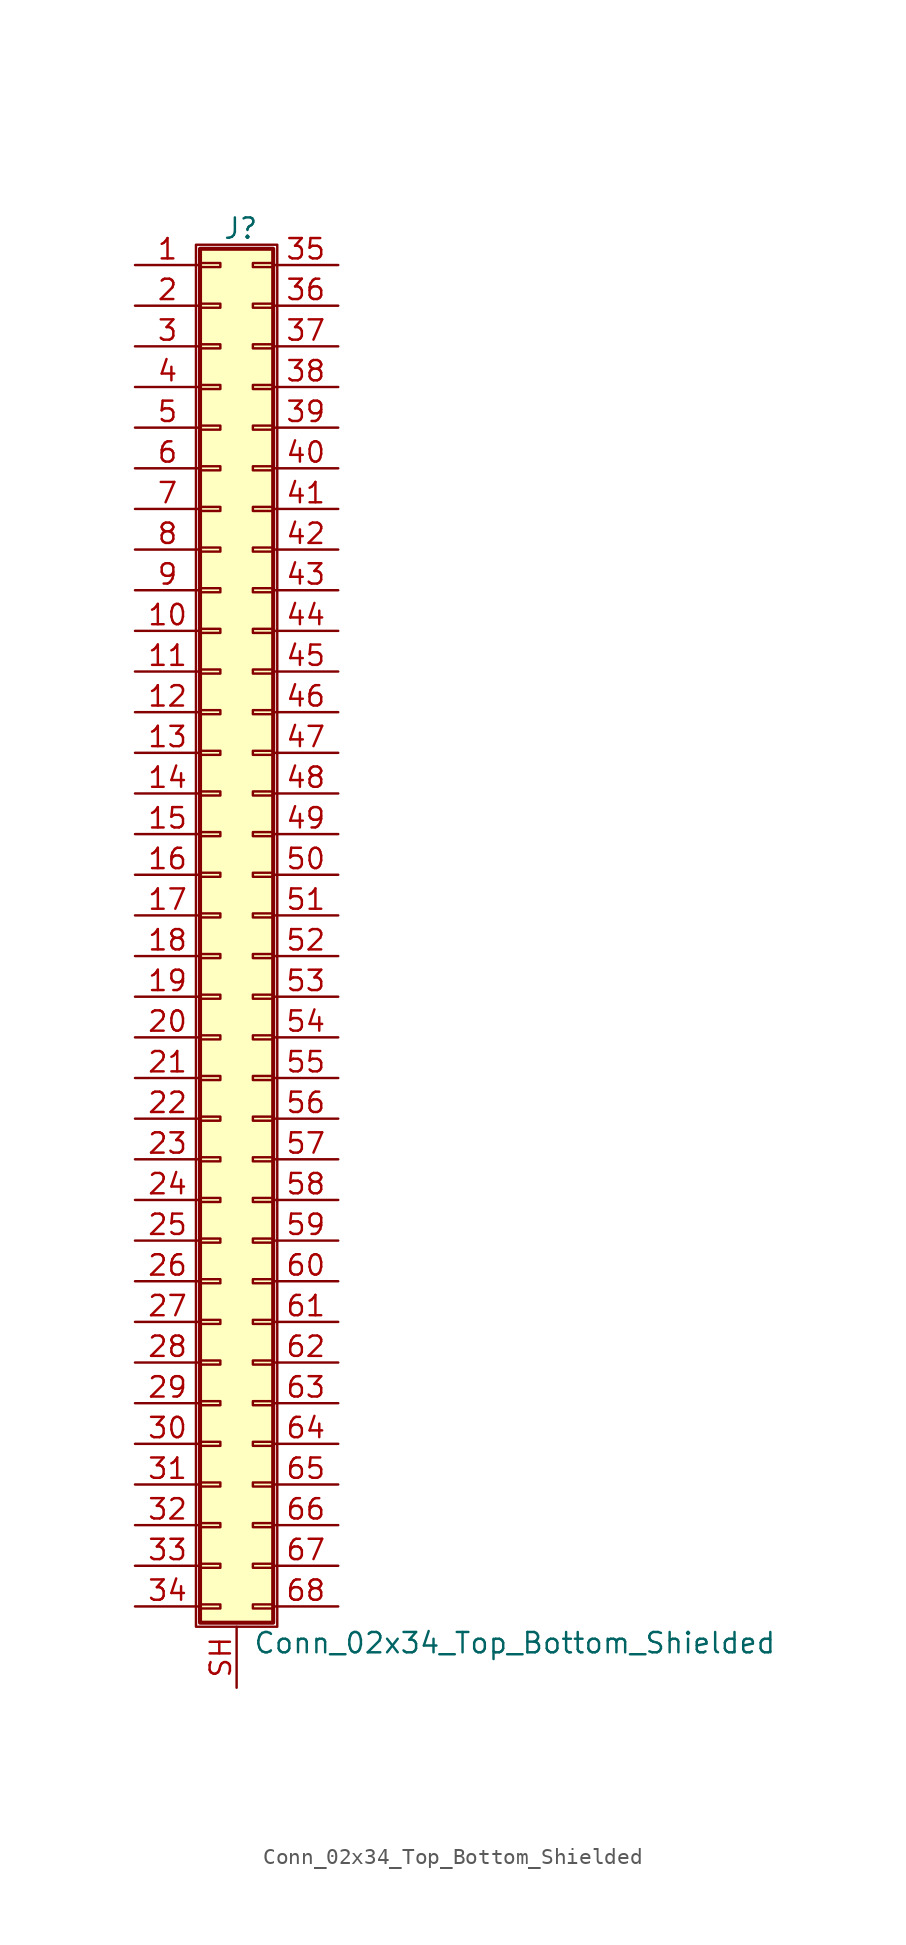
<source format=kicad_sym>
(kicad_symbol_lib
  (version 20201005)
  (generator kicad_symbol_editor)
  (symbol "Conn_02x34_Top_Bottom_Shielded"
    (pin_names
      (offset 1.016) hide)
    (property "Reference" "J"
      (at 1.524 42.926 0)
      (effects (font (size 1.27 1.27))))
    (property "Value" "Conn_02x34_Top_Bottom_Shielded"
      (at 2.286 -45.466 0)
      (effects (font (size 1.27 1.27)) (justify left)))
    (symbol "Conn_02x34_Top_Bottom_Shielded_1_1"
      (rectangle (start -1.27 41.91) (end 3.81 -44.45) (stroke (width 0.152)) (fill (type none)))
      (rectangle (start -1.016 -43.053) (end 0.254 -43.307) (stroke (width 0.152)) (fill (type none)))
      (rectangle (start -1.016 -40.513) (end 0.254 -40.767) (stroke (width 0.152)) (fill (type none)))
      (rectangle (start -1.016 -37.973) (end 0.254 -38.227) (stroke (width 0.152)) (fill (type none)))
      (rectangle (start -1.016 -35.433) (end 0.254 -35.687) (stroke (width 0.152)) (fill (type none)))
      (rectangle (start -1.016 -32.893) (end 0.254 -33.147) (stroke (width 0.152)) (fill (type none)))
      (rectangle (start -1.016 -30.353) (end 0.254 -30.607) (stroke (width 0.152)) (fill (type none)))
      (rectangle (start -1.016 -27.813) (end 0.254 -28.067) (stroke (width 0.152)) (fill (type none)))
      (rectangle (start -1.016 -25.273) (end 0.254 -25.527) (stroke (width 0.152)) (fill (type none)))
      (rectangle (start -1.016 -22.733) (end 0.254 -22.987) (stroke (width 0.152)) (fill (type none)))
      (rectangle (start -1.016 -20.193) (end 0.254 -20.447) (stroke (width 0.152)) (fill (type none)))
      (rectangle (start -1.016 -17.653) (end 0.254 -17.907) (stroke (width 0.152)) (fill (type none)))
      (rectangle (start -1.016 -15.113) (end 0.254 -15.367) (stroke (width 0.152)) (fill (type none)))
      (rectangle (start -1.016 -12.573) (end 0.254 -12.827) (stroke (width 0.152)) (fill (type none)))
      (rectangle (start -1.016 -10.033) (end 0.254 -10.287) (stroke (width 0.152)) (fill (type none)))
      (rectangle (start -1.016 -7.493) (end 0.254 -7.747) (stroke (width 0.152)) (fill (type none)))
      (rectangle (start -1.016 -4.953) (end 0.254 -5.207) (stroke (width 0.152)) (fill (type none)))
      (rectangle (start -1.016 -2.413) (end 0.254 -2.667) (stroke (width 0.152)) (fill (type none)))
      (rectangle (start -1.016 0.127) (end 0.254 -0.127) (stroke (width 0.152)) (fill (type none)))
      (rectangle (start -1.016 2.667) (end 0.254 2.413) (stroke (width 0.152)) (fill (type none)))
      (rectangle (start -1.016 5.207) (end 0.254 4.953) (stroke (width 0.152)) (fill (type none)))
      (rectangle (start -1.016 7.747) (end 0.254 7.493) (stroke (width 0.152)) (fill (type none)))
      (rectangle (start -1.016 10.287) (end 0.254 10.033) (stroke (width 0.152)) (fill (type none)))
      (rectangle (start -1.016 12.827) (end 0.254 12.573) (stroke (width 0.152)) (fill (type none)))
      (rectangle (start -1.016 15.367) (end 0.254 15.113) (stroke (width 0.152)) (fill (type none)))
      (rectangle (start -1.016 17.907) (end 0.254 17.653) (stroke (width 0.152)) (fill (type none)))
      (rectangle (start -1.016 20.447) (end 0.254 20.193) (stroke (width 0.152)) (fill (type none)))
      (rectangle (start -1.016 22.987) (end 0.254 22.733) (stroke (width 0.152)) (fill (type none)))
      (rectangle (start -1.016 25.527) (end 0.254 25.273) (stroke (width 0.152)) (fill (type none)))
      (rectangle (start -1.016 28.067) (end 0.254 27.813) (stroke (width 0.152)) (fill (type none)))
      (rectangle (start -1.016 30.607) (end 0.254 30.353) (stroke (width 0.152)) (fill (type none)))
      (rectangle (start -1.016 33.147) (end 0.254 32.893) (stroke (width 0.152)) (fill (type none)))
      (rectangle (start -1.016 35.687) (end 0.254 35.433) (stroke (width 0.152)) (fill (type none)))
      (rectangle (start -1.016 38.227) (end 0.254 37.973) (stroke (width 0.152)) (fill (type none)))
      (rectangle (start -1.016 40.767) (end 0.254 40.513) (stroke (width 0.152)) (fill (type none)))
      (rectangle (start -1.016 41.656) (end 3.556 -44.196) (stroke (width 0.254)) (fill (type background)))
      (rectangle (start 3.556 -43.053) (end 2.286 -43.307) (stroke (width 0.152)) (fill (type none)))
      (rectangle (start 3.556 -40.513) (end 2.286 -40.767) (stroke (width 0.152)) (fill (type none)))
      (rectangle (start 3.556 -37.973) (end 2.286 -38.227) (stroke (width 0.152)) (fill (type none)))
      (rectangle (start 3.556 -35.433) (end 2.286 -35.687) (stroke (width 0.152)) (fill (type none)))
      (rectangle (start 3.556 -32.893) (end 2.286 -33.147) (stroke (width 0.152)) (fill (type none)))
      (rectangle (start 3.556 -30.353) (end 2.286 -30.607) (stroke (width 0.152)) (fill (type none)))
      (rectangle (start 3.556 -27.813) (end 2.286 -28.067) (stroke (width 0.152)) (fill (type none)))
      (rectangle (start 3.556 -25.273) (end 2.286 -25.527) (stroke (width 0.152)) (fill (type none)))
      (rectangle (start 3.556 -22.733) (end 2.286 -22.987) (stroke (width 0.152)) (fill (type none)))
      (rectangle (start 3.556 -20.193) (end 2.286 -20.447) (stroke (width 0.152)) (fill (type none)))
      (rectangle (start 3.556 -17.653) (end 2.286 -17.907) (stroke (width 0.152)) (fill (type none)))
      (rectangle (start 3.556 -15.113) (end 2.286 -15.367) (stroke (width 0.152)) (fill (type none)))
      (rectangle (start 3.556 -12.573) (end 2.286 -12.827) (stroke (width 0.152)) (fill (type none)))
      (rectangle (start 3.556 -10.033) (end 2.286 -10.287) (stroke (width 0.152)) (fill (type none)))
      (rectangle (start 3.556 -7.493) (end 2.286 -7.747) (stroke (width 0.152)) (fill (type none)))
      (rectangle (start 3.556 -4.953) (end 2.286 -5.207) (stroke (width 0.152)) (fill (type none)))
      (rectangle (start 3.556 -2.413) (end 2.286 -2.667) (stroke (width 0.152)) (fill (type none)))
      (rectangle (start 3.556 0.127) (end 2.286 -0.127) (stroke (width 0.152)) (fill (type none)))
      (rectangle (start 3.556 2.667) (end 2.286 2.413) (stroke (width 0.152)) (fill (type none)))
      (rectangle (start 3.556 5.207) (end 2.286 4.953) (stroke (width 0.152)) (fill (type none)))
      (rectangle (start 3.556 7.747) (end 2.286 7.493) (stroke (width 0.152)) (fill (type none)))
      (rectangle (start 3.556 10.287) (end 2.286 10.033) (stroke (width 0.152)) (fill (type none)))
      (rectangle (start 3.556 12.827) (end 2.286 12.573) (stroke (width 0.152)) (fill (type none)))
      (rectangle (start 3.556 15.367) (end 2.286 15.113) (stroke (width 0.152)) (fill (type none)))
      (rectangle (start 3.556 17.907) (end 2.286 17.653) (stroke (width 0.152)) (fill (type none)))
      (rectangle (start 3.556 20.447) (end 2.286 20.193) (stroke (width 0.152)) (fill (type none)))
      (rectangle (start 3.556 22.987) (end 2.286 22.733) (stroke (width 0.152)) (fill (type none)))
      (rectangle (start 3.556 25.527) (end 2.286 25.273) (stroke (width 0.152)) (fill (type none)))
      (rectangle (start 3.556 28.067) (end 2.286 27.813) (stroke (width 0.152)) (fill (type none)))
      (rectangle (start 3.556 30.607) (end 2.286 30.353) (stroke (width 0.152)) (fill (type none)))
      (rectangle (start 3.556 33.147) (end 2.286 32.893) (stroke (width 0.152)) (fill (type none)))
      (rectangle (start 3.556 35.687) (end 2.286 35.433) (stroke (width 0.152)) (fill (type none)))
      (rectangle (start 3.556 38.227) (end 2.286 37.973) (stroke (width 0.152)) (fill (type none)))
      (rectangle (start 3.556 40.767) (end 2.286 40.513) (stroke (width 0.152)) (fill (type none)))
      (pin passive line (at -5.08 40.64 0) (length 4.064) (name "Pin_1" (effects (font (size 1.27 1.27)))) (number "1" (effects (font (size 1.27 1.27)))))
      (pin passive line (at -5.08 17.78 0) (length 4.064) (name "Pin_10" (effects (font (size 1.27 1.27)))) (number "10" (effects (font (size 1.27 1.27)))))
      (pin passive line (at -5.08 15.24 0) (length 4.064) (name "Pin_11" (effects (font (size 1.27 1.27)))) (number "11" (effects (font (size 1.27 1.27)))))
      (pin passive line (at -5.08 12.7 0) (length 4.064) (name "Pin_12" (effects (font (size 1.27 1.27)))) (number "12" (effects (font (size 1.27 1.27)))))
      (pin passive line (at -5.08 10.16 0) (length 4.064) (name "Pin_13" (effects (font (size 1.27 1.27)))) (number "13" (effects (font (size 1.27 1.27)))))
      (pin passive line (at -5.08 7.62 0) (length 4.064) (name "Pin_14" (effects (font (size 1.27 1.27)))) (number "14" (effects (font (size 1.27 1.27)))))
      (pin passive line (at -5.08 5.08 0) (length 4.064) (name "Pin_15" (effects (font (size 1.27 1.27)))) (number "15" (effects (font (size 1.27 1.27)))))
      (pin passive line (at -5.08 2.54 0) (length 4.064) (name "Pin_16" (effects (font (size 1.27 1.27)))) (number "16" (effects (font (size 1.27 1.27)))))
      (pin passive line (at -5.08 0 0) (length 4.064) (name "Pin_17" (effects (font (size 1.27 1.27)))) (number "17" (effects (font (size 1.27 1.27)))))
      (pin passive line (at -5.08 -2.54 0) (length 4.064) (name "Pin_18" (effects (font (size 1.27 1.27)))) (number "18" (effects (font (size 1.27 1.27)))))
      (pin passive line (at -5.08 -5.08 0) (length 4.064) (name "Pin_19" (effects (font (size 1.27 1.27)))) (number "19" (effects (font (size 1.27 1.27)))))
      (pin passive line (at -5.08 38.1 0) (length 4.064) (name "Pin_2" (effects (font (size 1.27 1.27)))) (number "2" (effects (font (size 1.27 1.27)))))
      (pin passive line (at -5.08 -7.62 0) (length 4.064) (name "Pin_20" (effects (font (size 1.27 1.27)))) (number "20" (effects (font (size 1.27 1.27)))))
      (pin passive line (at -5.08 -10.16 0) (length 4.064) (name "Pin_21" (effects (font (size 1.27 1.27)))) (number "21" (effects (font (size 1.27 1.27)))))
      (pin passive line (at -5.08 -12.7 0) (length 4.064) (name "Pin_22" (effects (font (size 1.27 1.27)))) (number "22" (effects (font (size 1.27 1.27)))))
      (pin passive line (at -5.08 -15.24 0) (length 4.064) (name "Pin_23" (effects (font (size 1.27 1.27)))) (number "23" (effects (font (size 1.27 1.27)))))
      (pin passive line (at -5.08 -17.78 0) (length 4.064) (name "Pin_24" (effects (font (size 1.27 1.27)))) (number "24" (effects (font (size 1.27 1.27)))))
      (pin passive line (at -5.08 -20.32 0) (length 4.064) (name "Pin_25" (effects (font (size 1.27 1.27)))) (number "25" (effects (font (size 1.27 1.27)))))
      (pin passive line (at -5.08 -22.86 0) (length 4.064) (name "Pin_26" (effects (font (size 1.27 1.27)))) (number "26" (effects (font (size 1.27 1.27)))))
      (pin passive line (at -5.08 -25.4 0) (length 4.064) (name "Pin_27" (effects (font (size 1.27 1.27)))) (number "27" (effects (font (size 1.27 1.27)))))
      (pin passive line (at -5.08 -27.94 0) (length 4.064) (name "Pin_28" (effects (font (size 1.27 1.27)))) (number "28" (effects (font (size 1.27 1.27)))))
      (pin passive line (at -5.08 -30.48 0) (length 4.064) (name "Pin_29" (effects (font (size 1.27 1.27)))) (number "29" (effects (font (size 1.27 1.27)))))
      (pin passive line (at -5.08 35.56 0) (length 4.064) (name "Pin_3" (effects (font (size 1.27 1.27)))) (number "3" (effects (font (size 1.27 1.27)))))
      (pin passive line (at -5.08 -33.02 0) (length 4.064) (name "Pin_30" (effects (font (size 1.27 1.27)))) (number "30" (effects (font (size 1.27 1.27)))))
      (pin passive line (at -5.08 -35.56 0) (length 4.064) (name "Pin_31" (effects (font (size 1.27 1.27)))) (number "31" (effects (font (size 1.27 1.27)))))
      (pin passive line (at -5.08 -38.1 0) (length 4.064) (name "Pin_32" (effects (font (size 1.27 1.27)))) (number "32" (effects (font (size 1.27 1.27)))))
      (pin passive line (at -5.08 -40.64 0) (length 4.064) (name "Pin_33" (effects (font (size 1.27 1.27)))) (number "33" (effects (font (size 1.27 1.27)))))
      (pin passive line (at -5.08 -43.18 0) (length 4.064) (name "Pin_34" (effects (font (size 1.27 1.27)))) (number "34" (effects (font (size 1.27 1.27)))))
      (pin passive line (at 7.62 40.64 180) (length 4.064) (name "Pin_35" (effects (font (size 1.27 1.27)))) (number "35" (effects (font (size 1.27 1.27)))))
      (pin passive line (at 7.62 38.1 180) (length 4.064) (name "Pin_36" (effects (font (size 1.27 1.27)))) (number "36" (effects (font (size 1.27 1.27)))))
      (pin passive line (at 7.62 35.56 180) (length 4.064) (name "Pin_37" (effects (font (size 1.27 1.27)))) (number "37" (effects (font (size 1.27 1.27)))))
      (pin passive line (at 7.62 33.02 180) (length 4.064) (name "Pin_38" (effects (font (size 1.27 1.27)))) (number "38" (effects (font (size 1.27 1.27)))))
      (pin passive line (at 7.62 30.48 180) (length 4.064) (name "Pin_39" (effects (font (size 1.27 1.27)))) (number "39" (effects (font (size 1.27 1.27)))))
      (pin passive line (at -5.08 33.02 0) (length 4.064) (name "Pin_4" (effects (font (size 1.27 1.27)))) (number "4" (effects (font (size 1.27 1.27)))))
      (pin passive line (at 7.62 27.94 180) (length 4.064) (name "Pin_40" (effects (font (size 1.27 1.27)))) (number "40" (effects (font (size 1.27 1.27)))))
      (pin passive line (at 7.62 25.4 180) (length 4.064) (name "Pin_41" (effects (font (size 1.27 1.27)))) (number "41" (effects (font (size 1.27 1.27)))))
      (pin passive line (at 7.62 22.86 180) (length 4.064) (name "Pin_42" (effects (font (size 1.27 1.27)))) (number "42" (effects (font (size 1.27 1.27)))))
      (pin passive line (at 7.62 20.32 180) (length 4.064) (name "Pin_43" (effects (font (size 1.27 1.27)))) (number "43" (effects (font (size 1.27 1.27)))))
      (pin passive line (at 7.62 17.78 180) (length 4.064) (name "Pin_44" (effects (font (size 1.27 1.27)))) (number "44" (effects (font (size 1.27 1.27)))))
      (pin passive line (at 7.62 15.24 180) (length 4.064) (name "Pin_45" (effects (font (size 1.27 1.27)))) (number "45" (effects (font (size 1.27 1.27)))))
      (pin passive line (at 7.62 12.7 180) (length 4.064) (name "Pin_46" (effects (font (size 1.27 1.27)))) (number "46" (effects (font (size 1.27 1.27)))))
      (pin passive line (at 7.62 10.16 180) (length 4.064) (name "Pin_47" (effects (font (size 1.27 1.27)))) (number "47" (effects (font (size 1.27 1.27)))))
      (pin passive line (at 7.62 7.62 180) (length 4.064) (name "Pin_48" (effects (font (size 1.27 1.27)))) (number "48" (effects (font (size 1.27 1.27)))))
      (pin passive line (at 7.62 5.08 180) (length 4.064) (name "Pin_49" (effects (font (size 1.27 1.27)))) (number "49" (effects (font (size 1.27 1.27)))))
      (pin passive line (at -5.08 30.48 0) (length 4.064) (name "Pin_5" (effects (font (size 1.27 1.27)))) (number "5" (effects (font (size 1.27 1.27)))))
      (pin passive line (at 7.62 2.54 180) (length 4.064) (name "Pin_50" (effects (font (size 1.27 1.27)))) (number "50" (effects (font (size 1.27 1.27)))))
      (pin passive line (at 7.62 0 180) (length 4.064) (name "Pin_51" (effects (font (size 1.27 1.27)))) (number "51" (effects (font (size 1.27 1.27)))))
      (pin passive line (at 7.62 -2.54 180) (length 4.064) (name "Pin_52" (effects (font (size 1.27 1.27)))) (number "52" (effects (font (size 1.27 1.27)))))
      (pin passive line (at 7.62 -5.08 180) (length 4.064) (name "Pin_53" (effects (font (size 1.27 1.27)))) (number "53" (effects (font (size 1.27 1.27)))))
      (pin passive line (at 7.62 -7.62 180) (length 4.064) (name "Pin_54" (effects (font (size 1.27 1.27)))) (number "54" (effects (font (size 1.27 1.27)))))
      (pin passive line (at 7.62 -10.16 180) (length 4.064) (name "Pin_55" (effects (font (size 1.27 1.27)))) (number "55" (effects (font (size 1.27 1.27)))))
      (pin passive line (at 7.62 -12.7 180) (length 4.064) (name "Pin_56" (effects (font (size 1.27 1.27)))) (number "56" (effects (font (size 1.27 1.27)))))
      (pin passive line (at 7.62 -15.24 180) (length 4.064) (name "Pin_57" (effects (font (size 1.27 1.27)))) (number "57" (effects (font (size 1.27 1.27)))))
      (pin passive line (at 7.62 -17.78 180) (length 4.064) (name "Pin_58" (effects (font (size 1.27 1.27)))) (number "58" (effects (font (size 1.27 1.27)))))
      (pin passive line (at 7.62 -20.32 180) (length 4.064) (name "Pin_59" (effects (font (size 1.27 1.27)))) (number "59" (effects (font (size 1.27 1.27)))))
      (pin passive line (at -5.08 27.94 0) (length 4.064) (name "Pin_6" (effects (font (size 1.27 1.27)))) (number "6" (effects (font (size 1.27 1.27)))))
      (pin passive line (at 7.62 -22.86 180) (length 4.064) (name "Pin_60" (effects (font (size 1.27 1.27)))) (number "60" (effects (font (size 1.27 1.27)))))
      (pin passive line (at 7.62 -25.4 180) (length 4.064) (name "Pin_61" (effects (font (size 1.27 1.27)))) (number "61" (effects (font (size 1.27 1.27)))))
      (pin passive line (at 7.62 -27.94 180) (length 4.064) (name "Pin_62" (effects (font (size 1.27 1.27)))) (number "62" (effects (font (size 1.27 1.27)))))
      (pin passive line (at 7.62 -30.48 180) (length 4.064) (name "Pin_63" (effects (font (size 1.27 1.27)))) (number "63" (effects (font (size 1.27 1.27)))))
      (pin passive line (at 7.62 -33.02 180) (length 4.064) (name "Pin_64" (effects (font (size 1.27 1.27)))) (number "64" (effects (font (size 1.27 1.27)))))
      (pin passive line (at 7.62 -35.56 180) (length 4.064) (name "Pin_65" (effects (font (size 1.27 1.27)))) (number "65" (effects (font (size 1.27 1.27)))))
      (pin passive line (at 7.62 -38.1 180) (length 4.064) (name "Pin_66" (effects (font (size 1.27 1.27)))) (number "66" (effects (font (size 1.27 1.27)))))
      (pin passive line (at 7.62 -40.64 180) (length 4.064) (name "Pin_67" (effects (font (size 1.27 1.27)))) (number "67" (effects (font (size 1.27 1.27)))))
      (pin passive line (at 7.62 -43.18 180) (length 4.064) (name "Pin_68" (effects (font (size 1.27 1.27)))) (number "68" (effects (font (size 1.27 1.27)))))
      (pin passive line (at -5.08 25.4 0) (length 4.064) (name "Pin_7" (effects (font (size 1.27 1.27)))) (number "7" (effects (font (size 1.27 1.27)))))
      (pin passive line (at -5.08 22.86 0) (length 4.064) (name "Pin_8" (effects (font (size 1.27 1.27)))) (number "8" (effects (font (size 1.27 1.27)))))
      (pin passive line (at -5.08 20.32 0) (length 4.064) (name "Pin_9" (effects (font (size 1.27 1.27)))) (number "9" (effects (font (size 1.27 1.27)))))
      (pin passive line (at 1.27 -48.26 90) (length 3.81) (name "Shield" (effects (font (size 1.27 1.27)))) (number "SH" (effects (font (size 1.27 1.27))))))))
</source>
